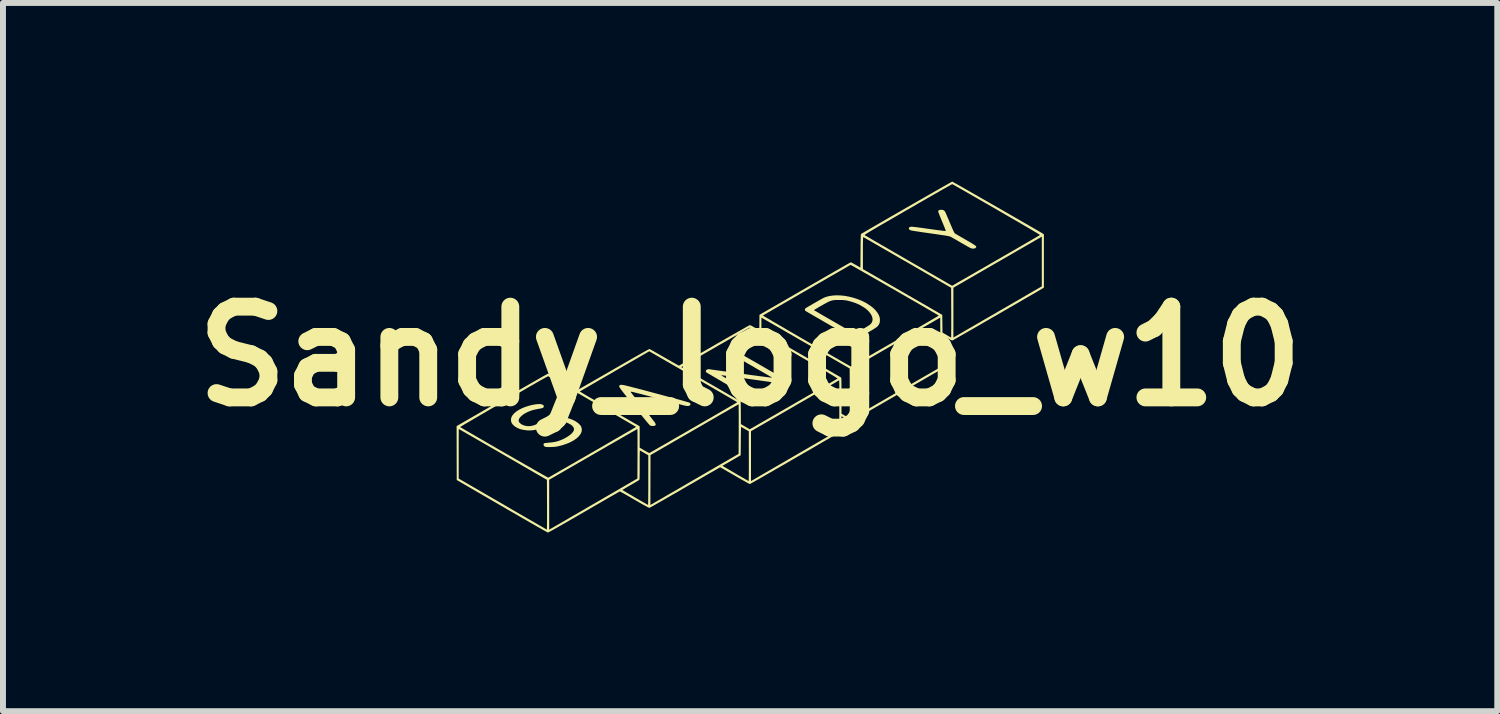
<source format=kicad_pcb>
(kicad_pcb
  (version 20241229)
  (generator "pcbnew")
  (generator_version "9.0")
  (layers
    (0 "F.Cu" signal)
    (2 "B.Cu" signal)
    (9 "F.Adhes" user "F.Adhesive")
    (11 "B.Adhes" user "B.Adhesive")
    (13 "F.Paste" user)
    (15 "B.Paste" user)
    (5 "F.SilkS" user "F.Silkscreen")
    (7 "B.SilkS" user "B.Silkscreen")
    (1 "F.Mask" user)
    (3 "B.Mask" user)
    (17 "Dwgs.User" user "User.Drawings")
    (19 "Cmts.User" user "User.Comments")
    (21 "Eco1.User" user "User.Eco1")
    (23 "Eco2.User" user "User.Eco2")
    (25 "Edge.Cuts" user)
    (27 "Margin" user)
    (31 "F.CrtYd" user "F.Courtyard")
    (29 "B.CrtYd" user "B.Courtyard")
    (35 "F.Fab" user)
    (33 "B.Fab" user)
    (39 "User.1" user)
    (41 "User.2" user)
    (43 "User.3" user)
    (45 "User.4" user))
  (footprint "Sandy_logo_w10"
    (layer "F.Cu")
    (at 9.55 2.936)
    (property "Reference" "Sandy_logo_w10" (at 0 0 0) (layer "F.SilkS") (effects (font (size 1.524 1.524) (thickness 0.3))))
    (attr board_only exclude_from_pos_files exclude_from_bom)
    (fp_poly (pts (xy 3.236 -2.46) (xy 3.256 -2.452) (xy 3.271 -2.437) (xy 3.281 -2.419) (xy 3.286 -2.409) (xy 3.294 -2.39) (xy 3.305 -2.364) (xy 3.318 -2.333) (xy 3.333 -2.299) (xy 3.349 -2.261) (xy 3.36 -2.234) (xy 3.38 -2.188) (xy 3.396 -2.15) (xy 3.409 -2.121) (xy 3.42 -2.098) (xy 3.428 -2.082) (xy 3.434 -2.072) (xy 3.439 -2.066) (xy 3.44 -2.066) (xy 3.447 -2.061) (xy 3.462 -2.052) (xy 3.483 -2.04) (xy 3.51 -2.024) (xy 3.541 -2.006) (xy 3.576 -1.986) (xy 3.613 -1.964) (xy 3.615 -1.963) (xy 3.662 -1.936) (xy 3.7 -1.914) (xy 3.731 -1.895) (xy 3.755 -1.88) (xy 3.774 -1.867) (xy 3.787 -1.858) (xy 3.795 -1.85) (xy 3.799 -1.844) (xy 3.8 -1.84) (xy 3.797 -1.833) (xy 3.789 -1.824) (xy 3.788 -1.823) (xy 3.779 -1.815) (xy 3.768 -1.812) (xy 3.751 -1.81) (xy 3.746 -1.81) (xy 3.729 -1.811) (xy 3.714 -1.815) (xy 3.696 -1.822) (xy 3.683 -1.83) (xy 3.669 -1.837) (xy 3.648 -1.849) (xy 3.622 -1.864) (xy 3.592 -1.881) (xy 3.558 -1.9) (xy 3.524 -1.92) (xy 3.518 -1.924) (xy 3.484 -1.943) (xy 3.452 -1.962) (xy 3.423 -1.978) (xy 3.398 -1.992) (xy 3.379 -2.003) (xy 3.368 -2.009) (xy 3.366 -2.01) (xy 3.36 -2.013) (xy 3.35 -2.015) (xy 3.337 -2.018) (xy 3.32 -2.022) (xy 3.297 -2.026) (xy 3.269 -2.031) (xy 3.233 -2.036) (xy 3.191 -2.042) (xy 3.141 -2.05) (xy 3.082 -2.058) (xy 3.026 -2.066) (xy 2.951 -2.077) (xy 2.885 -2.086) (xy 2.829 -2.095) (xy 2.782 -2.102) (xy 2.744 -2.108) (xy 2.716 -2.113) (xy 2.698 -2.117) (xy 2.69 -2.119) (xy 2.675 -2.13) (xy 2.668 -2.142) (xy 2.665 -2.154) (xy 2.67 -2.162) (xy 2.674 -2.166) (xy 2.688 -2.173) (xy 2.702 -2.178) (xy 2.711 -2.178) (xy 2.729 -2.177) (xy 2.756 -2.174) (xy 2.791 -2.17) (xy 2.834 -2.164) (xy 2.883 -2.158) (xy 2.94 -2.15) (xy 3.001 -2.141) (xy 3.053 -2.134) (xy 3.102 -2.127) (xy 3.147 -2.121) (xy 3.187 -2.116) (xy 3.222 -2.112) (xy 3.25 -2.108) (xy 3.271 -2.106) (xy 3.283 -2.105) (xy 3.287 -2.105) (xy 3.286 -2.111) (xy 3.281 -2.124) (xy 3.274 -2.145) (xy 3.264 -2.171) (xy 3.251 -2.202) (xy 3.237 -2.237) (xy 3.225 -2.265) (xy 3.21 -2.302) (xy 3.196 -2.337) (xy 3.183 -2.368) (xy 3.173 -2.394) (xy 3.165 -2.415) (xy 3.161 -2.428) (xy 3.16 -2.432) (xy 3.164 -2.447) (xy 3.177 -2.457) (xy 3.198 -2.462) (xy 3.209 -2.462)) (stroke (width 0) (type solid)) (fill yes) (layer "F.SilkS"))
    (fp_poly (pts (xy -3.501 0.806) (xy -3.479 0.815) (xy -3.474 0.819) (xy -3.466 0.832) (xy -3.466 0.847) (xy -3.473 0.86) (xy -3.477 0.863) (xy -3.486 0.867) (xy -3.503 0.872) (xy -3.526 0.877) (xy -3.551 0.882) (xy -3.554 0.882) (xy -3.596 0.89) (xy -3.631 0.898) (xy -3.661 0.906) (xy -3.688 0.915) (xy -3.716 0.926) (xy -3.725 0.93) (xy -3.767 0.95) (xy -3.804 0.972) (xy -3.835 0.996) (xy -3.86 1.02) (xy -3.878 1.043) (xy -3.885 1.061) (xy -3.888 1.079) (xy -3.886 1.093) (xy -3.877 1.109) (xy -3.868 1.119) (xy -3.844 1.139) (xy -3.813 1.155) (xy -3.777 1.166) (xy -3.739 1.172) (xy -3.699 1.172) (xy -3.687 1.17) (xy -3.666 1.167) (xy -3.646 1.162) (xy -3.626 1.156) (xy -3.603 1.147) (xy -3.577 1.136) (xy -3.546 1.121) (xy -3.508 1.103) (xy -3.46 1.08) (xy -3.418 1.062) (xy -3.378 1.048) (xy -3.339 1.038) (xy -3.298 1.029) (xy -3.283 1.027) (xy -3.222 1.021) (xy -3.16 1.022) (xy -3.099 1.03) (xy -3.04 1.044) (xy -2.985 1.064) (xy -2.935 1.089) (xy -2.892 1.119) (xy -2.875 1.134) (xy -2.858 1.152) (xy -2.846 1.166) (xy -2.839 1.179) (xy -2.833 1.195) (xy -2.832 1.197) (xy -2.827 1.228) (xy -2.829 1.258) (xy -2.839 1.288) (xy -2.86 1.322) (xy -2.89 1.356) (xy -2.928 1.388) (xy -2.974 1.418) (xy -3.027 1.446) (xy -3.087 1.47) (xy -3.152 1.492) (xy -3.213 1.508) (xy -3.243 1.514) (xy -3.27 1.519) (xy -3.299 1.521) (xy -3.333 1.523) (xy -3.348 1.523) (xy -3.381 1.524) (xy -3.409 1.523) (xy -3.428 1.522) (xy -3.438 1.52) (xy -3.457 1.51) (xy -3.467 1.497) (xy -3.47 1.482) (xy -3.467 1.467) (xy -3.461 1.461) (xy -3.452 1.458) (xy -3.436 1.456) (xy -3.414 1.453) (xy -3.389 1.451) (xy -3.383 1.45) (xy -3.33 1.445) (xy -3.285 1.438) (xy -3.243 1.429) (xy -3.203 1.416) (xy -3.161 1.399) (xy -3.136 1.388) (xy -3.093 1.365) (xy -3.054 1.341) (xy -3.02 1.316) (xy -2.993 1.291) (xy -2.973 1.267) (xy -2.961 1.244) (xy -2.96 1.241) (xy -2.958 1.216) (xy -2.967 1.192) (xy -2.984 1.169) (xy -3.012 1.147) (xy -3.045 1.128) (xy -3.082 1.112) (xy -3.117 1.102) (xy -3.155 1.097) (xy -3.199 1.096) (xy -3.203 1.097) (xy -3.235 1.099) (xy -3.265 1.104) (xy -3.295 1.111) (xy -3.327 1.122) (xy -3.363 1.138) (xy -3.405 1.158) (xy -3.415 1.163) (xy -3.476 1.191) (xy -3.531 1.213) (xy -3.583 1.229) (xy -3.634 1.239) (xy -3.685 1.244) (xy -3.737 1.244) (xy -3.737 1.244) (xy -3.797 1.237) (xy -3.853 1.225) (xy -3.903 1.206) (xy -3.946 1.181) (xy -3.97 1.162) (xy -3.993 1.138) (xy -4.008 1.114) (xy -4.015 1.088) (xy -4.017 1.067) (xy -4.014 1.039) (xy -4.005 1.013) (xy -3.989 0.987) (xy -3.964 0.958) (xy -3.96 0.955) (xy -3.925 0.925) (xy -3.881 0.897) (xy -3.83 0.871) (xy -3.772 0.848) (xy -3.716 0.83) (xy -3.661 0.816) (xy -3.611 0.807) (xy -3.567 0.802) (xy -3.53 0.801)) (stroke (width 0) (type solid)) (fill yes) (layer "F.SilkS"))
    (fp_poly (pts (xy -2.152 0.479) (xy -2.139 0.48) (xy -2.123 0.483) (xy -2.103 0.487) (xy -2.079 0.493) (xy -2.05 0.5) (xy -2.015 0.508) (xy -1.975 0.519) (xy -1.927 0.531) (xy -1.873 0.545) (xy -1.811 0.561) (xy -1.742 0.58) (xy -1.663 0.601) (xy -1.593 0.62) (xy -1.52 0.639) (xy -1.451 0.658) (xy -1.384 0.676) (xy -1.321 0.693) (xy -1.262 0.709) (xy -1.209 0.723) (xy -1.161 0.736) (xy -1.119 0.748) (xy -1.084 0.758) (xy -1.057 0.766) (xy -1.038 0.771) (xy -1.028 0.774) (xy -1.026 0.775) (xy -1.009 0.786) (xy -1.001 0.799) (xy -1.002 0.812) (xy -1.011 0.823) (xy -1.028 0.831) (xy -1.043 0.834) (xy -1.053 0.834) (xy -1.065 0.833) (xy -1.081 0.83) (xy -1.103 0.826) (xy -1.131 0.819) (xy -1.166 0.81) (xy -1.21 0.799) (xy -1.213 0.798) (xy -1.359 0.759) (xy -1.535 0.861) (xy -1.573 0.883) (xy -1.608 0.903) (xy -1.639 0.922) (xy -1.666 0.938) (xy -1.687 0.951) (xy -1.702 0.96) (xy -1.709 0.965) (xy -1.71 0.966) (xy -1.707 0.971) (xy -1.699 0.983) (xy -1.686 0.999) (xy -1.67 1.02) (xy -1.651 1.044) (xy -1.648 1.049) (xy -1.624 1.079) (xy -1.606 1.103) (xy -1.594 1.121) (xy -1.587 1.135) (xy -1.585 1.145) (xy -1.587 1.153) (xy -1.593 1.16) (xy -1.596 1.162) (xy -1.61 1.168) (xy -1.629 1.17) (xy -1.65 1.169) (xy -1.67 1.165) (xy -1.678 1.162) (xy -1.685 1.157) (xy -1.697 1.143) (xy -1.716 1.122) (xy -1.741 1.092) (xy -1.771 1.055) (xy -1.808 1.01) (xy -1.851 0.957) (xy -1.901 0.896) (xy -1.947 0.838) (xy -1.994 0.779) (xy -2.035 0.727) (xy -2.071 0.683) (xy -2.101 0.644) (xy -2.127 0.611) (xy -2.136 0.599) (xy -2.005 0.599) (xy -2.002 0.604) (xy -1.994 0.615) (xy -1.98 0.632) (xy -1.964 0.654) (xy -1.944 0.679) (xy -1.922 0.706) (xy -1.9 0.734) (xy -1.877 0.763) (xy -1.854 0.791) (xy -1.833 0.817) (xy -1.815 0.839) (xy -1.8 0.858) (xy -1.788 0.871) (xy -1.782 0.878) (xy -1.781 0.879) (xy -1.773 0.884) (xy -1.769 0.885) (xy -1.764 0.883) (xy -1.751 0.876) (xy -1.732 0.865) (xy -1.707 0.851) (xy -1.678 0.835) (xy -1.646 0.816) (xy -1.63 0.807) (xy -1.596 0.788) (xy -1.567 0.77) (xy -1.541 0.754) (xy -1.52 0.741) (xy -1.506 0.732) (xy -1.499 0.726) (xy -1.498 0.725) (xy -1.504 0.722) (xy -1.519 0.718) (xy -1.54 0.712) (xy -1.569 0.704) (xy -1.602 0.694) (xy -1.639 0.684) (xy -1.68 0.673) (xy -1.722 0.662) (xy -1.764 0.651) (xy -1.807 0.64) (xy -1.848 0.629) (xy -1.886 0.62) (xy -1.92 0.611) (xy -1.95 0.604) (xy -1.973 0.598) (xy -1.989 0.595) (xy -1.997 0.593) (xy -1.998 0.593) (xy -2.004 0.598) (xy -2.005 0.599) (xy -2.136 0.599) (xy -2.148 0.584) (xy -2.165 0.561) (xy -2.178 0.543) (xy -2.188 0.528) (xy -2.195 0.516) (xy -2.198 0.507) (xy -2.2 0.501) (xy -2.2 0.496) (xy -2.197 0.492) (xy -2.194 0.489) (xy -2.19 0.486) (xy -2.185 0.483) (xy -2.181 0.481) (xy -2.176 0.479) (xy -2.17 0.478) (xy -2.162 0.478)) (stroke (width 0) (type solid)) (fill yes) (layer "F.SilkS"))
    (fp_poly (pts (xy -0.19 -0.057) (xy -0.182 -0.055) (xy -0.175 -0.051) (xy -0.161 -0.044) (xy -0.14 -0.032) (xy -0.112 -0.016) (xy -0.079 0.003) (xy -0.041 0.025) (xy 0.002 0.049) (xy 0.047 0.075) (xy 0.096 0.103) (xy 0.146 0.132) (xy 0.197 0.161) (xy 0.249 0.191) (xy 0.3 0.221) (xy 0.35 0.25) (xy 0.398 0.277) (xy 0.444 0.304) (xy 0.486 0.328) (xy 0.524 0.35) (xy 0.557 0.37) (xy 0.585 0.386) (xy 0.606 0.398) (xy 0.62 0.407) (xy 0.625 0.41) (xy 0.635 0.423) (xy 0.636 0.436) (xy 0.63 0.449) (xy 0.616 0.46) (xy 0.606 0.464) (xy 0.599 0.463) (xy 0.583 0.462) (xy 0.559 0.459) (xy 0.527 0.455) (xy 0.487 0.45) (xy 0.441 0.444) (xy 0.389 0.437) (xy 0.332 0.429) (xy 0.269 0.42) (xy 0.203 0.411) (xy 0.134 0.401) (xy 0.062 0.391) (xy 0.056 0.39) (xy -0.016 0.38) (xy -0.085 0.37) (xy -0.151 0.361) (xy -0.213 0.353) (xy -0.27 0.345) (xy -0.321 0.338) (xy -0.367 0.331) (xy -0.406 0.326) (xy -0.438 0.322) (xy -0.462 0.319) (xy -0.477 0.317) (xy -0.483 0.316) (xy -0.483 0.316) (xy -0.484 0.317) (xy -0.483 0.318) (xy -0.481 0.32) (xy -0.478 0.323) (xy -0.471 0.328) (xy -0.461 0.334) (xy -0.448 0.342) (xy -0.43 0.352) (xy -0.407 0.366) (xy -0.379 0.382) (xy -0.345 0.402) (xy -0.304 0.426) (xy -0.255 0.454) (xy -0.199 0.486) (xy -0.17 0.503) (xy -0.107 0.539) (xy -0.052 0.571) (xy -0.005 0.598) (xy 0.035 0.622) (xy 0.068 0.642) (xy 0.095 0.658) (xy 0.117 0.672) (xy 0.134 0.683) (xy 0.146 0.692) (xy 0.154 0.7) (xy 0.158 0.705) (xy 0.16 0.709) (xy 0.16 0.71) (xy 0.157 0.716) (xy 0.151 0.725) (xy 0.138 0.734) (xy 0.118 0.739) (xy 0.096 0.739) (xy 0.073 0.734) (xy 0.059 0.729) (xy 0.05 0.724) (xy 0.033 0.715) (xy 0.009 0.701) (xy -0.021 0.684) (xy -0.056 0.664) (xy -0.096 0.641) (xy -0.139 0.616) (xy -0.186 0.589) (xy -0.235 0.561) (xy -0.285 0.532) (xy -0.336 0.503) (xy -0.387 0.473) (xy -0.438 0.444) (xy -0.487 0.415) (xy -0.533 0.388) (xy -0.577 0.362) (xy -0.617 0.339) (xy -0.652 0.318) (xy -0.682 0.301) (xy -0.707 0.286) (xy -0.724 0.276) (xy -0.734 0.27) (xy -0.736 0.268) (xy -0.744 0.255) (xy -0.743 0.242) (xy -0.733 0.229) (xy -0.724 0.223) (xy -0.705 0.214) (xy -0.172 0.288) (xy -0.1 0.297) (xy -0.031 0.307) (xy 0.034 0.316) (xy 0.096 0.324) (xy 0.153 0.332) (xy 0.204 0.338) (xy 0.249 0.344) (xy 0.288 0.349) (xy 0.32 0.353) (xy 0.343 0.356) (xy 0.358 0.358) (xy 0.364 0.358) (xy 0.364 0.358) (xy 0.365 0.353) (xy 0.365 0.353) (xy 0.36 0.351) (xy 0.347 0.343) (xy 0.328 0.332) (xy 0.301 0.316) (xy 0.269 0.298) (xy 0.232 0.276) (xy 0.19 0.252) (xy 0.144 0.226) (xy 0.095 0.198) (xy 0.06 0.177) (xy 0.009 0.148) (xy -0.039 0.12) (xy -0.084 0.094) (xy -0.126 0.07) (xy -0.163 0.048) (xy -0.195 0.029) (xy -0.22 0.014) (xy -0.239 0.003) (xy -0.251 -0.005) (xy -0.254 -0.007) (xy -0.262 -0.019) (xy -0.265 -0.03) (xy -0.26 -0.042) (xy -0.248 -0.052) (xy -0.231 -0.058) (xy -0.211 -0.06)) (stroke (width 0) (type solid)) (fill yes) (layer "F.SilkS"))
    (fp_poly (pts (xy 1.51 -1.024) (xy 1.577 -1.018) (xy 1.578 -1.018) (xy 1.657 -1.004) (xy 1.733 -0.985) (xy 1.807 -0.961) (xy 1.877 -0.933) (xy 1.943 -0.9) (xy 2.002 -0.863) (xy 2.055 -0.824) (xy 2.1 -0.782) (xy 2.135 -0.739) (xy 2.157 -0.704) (xy 2.171 -0.672) (xy 2.179 -0.64) (xy 2.181 -0.61) (xy 2.178 -0.571) (xy 2.166 -0.538) (xy 2.144 -0.508) (xy 2.13 -0.494) (xy 2.12 -0.487) (xy 2.102 -0.475) (xy 2.079 -0.46) (xy 2.05 -0.442) (xy 2.017 -0.423) (xy 1.981 -0.402) (xy 1.954 -0.386) (xy 1.914 -0.362) (xy 1.881 -0.344) (xy 1.855 -0.329) (xy 1.834 -0.318) (xy 1.818 -0.309) (xy 1.805 -0.304) (xy 1.795 -0.3) (xy 1.787 -0.298) (xy 1.779 -0.297) (xy 1.772 -0.296) (xy 1.751 -0.297) (xy 1.734 -0.3) (xy 1.722 -0.306) (xy 1.714 -0.311) (xy 1.697 -0.32) (xy 1.674 -0.333) (xy 1.644 -0.35) (xy 1.609 -0.371) (xy 1.569 -0.393) (xy 1.526 -0.418) (xy 1.479 -0.445) (xy 1.43 -0.473) (xy 1.38 -0.502) (xy 1.329 -0.532) (xy 1.278 -0.561) (xy 1.228 -0.59) (xy 1.179 -0.619) (xy 1.133 -0.645) (xy 1.09 -0.67) (xy 1.05 -0.693) (xy 1.016 -0.713) (xy 0.986 -0.73) (xy 0.963 -0.744) (xy 0.947 -0.753) (xy 0.939 -0.758) (xy 0.939 -0.758) (xy 0.926 -0.768) (xy 0.922 -0.776) (xy 1.072 -0.776) (xy 1.077 -0.774) (xy 1.089 -0.766) (xy 1.109 -0.755) (xy 1.136 -0.739) (xy 1.168 -0.72) (xy 1.206 -0.698) (xy 1.249 -0.673) (xy 1.296 -0.646) (xy 1.346 -0.617) (xy 1.399 -0.587) (xy 1.415 -0.577) (xy 1.478 -0.541) (xy 1.532 -0.51) (xy 1.579 -0.483) (xy 1.619 -0.46) (xy 1.652 -0.441) (xy 1.68 -0.425) (xy 1.703 -0.413) (xy 1.721 -0.403) (xy 1.736 -0.396) (xy 1.746 -0.391) (xy 1.754 -0.388) (xy 1.76 -0.386) (xy 1.764 -0.386) (xy 1.767 -0.386) (xy 1.77 -0.387) (xy 1.777 -0.392) (xy 1.793 -0.4) (xy 1.814 -0.412) (xy 1.84 -0.427) (xy 1.869 -0.444) (xy 1.893 -0.457) (xy 1.924 -0.476) (xy 1.953 -0.493) (xy 1.978 -0.509) (xy 1.999 -0.522) (xy 2.013 -0.532) (xy 2.019 -0.537) (xy 2.042 -0.564) (xy 2.054 -0.593) (xy 2.058 -0.626) (xy 2.051 -0.66) (xy 2.039 -0.691) (xy 2.014 -0.73) (xy 1.981 -0.768) (xy 1.939 -0.804) (xy 1.889 -0.837) (xy 1.834 -0.868) (xy 1.772 -0.895) (xy 1.706 -0.917) (xy 1.636 -0.936) (xy 1.633 -0.936) (xy 1.611 -0.94) (xy 1.591 -0.943) (xy 1.568 -0.945) (xy 1.542 -0.947) (xy 1.509 -0.947) (xy 1.492 -0.947) (xy 1.459 -0.947) (xy 1.431 -0.946) (xy 1.406 -0.944) (xy 1.383 -0.94) (xy 1.361 -0.934) (xy 1.338 -0.926) (xy 1.312 -0.914) (xy 1.283 -0.899) (xy 1.248 -0.88) (xy 1.207 -0.857) (xy 1.195 -0.85) (xy 1.163 -0.832) (xy 1.135 -0.815) (xy 1.11 -0.8) (xy 1.091 -0.789) (xy 1.078 -0.78) (xy 1.072 -0.777) (xy 1.072 -0.776) (xy 0.922 -0.776) (xy 0.921 -0.778) (xy 0.92 -0.784) (xy 0.923 -0.798) (xy 0.929 -0.806) (xy 0.935 -0.81) (xy 0.949 -0.819) (xy 0.969 -0.831) (xy 0.994 -0.846) (xy 1.023 -0.862) (xy 1.054 -0.88) (xy 1.086 -0.899) (xy 1.118 -0.917) (xy 1.149 -0.935) (xy 1.177 -0.951) (xy 1.201 -0.964) (xy 1.22 -0.975) (xy 1.232 -0.981) (xy 1.232 -0.981) (xy 1.276 -0.999) (xy 1.327 -1.012) (xy 1.384 -1.021) (xy 1.445 -1.025)) (stroke (width 0) (type solid)) (fill yes) (layer "F.SilkS"))
    (fp_poly (pts (xy 3.4 -2.933) (xy 3.414 -2.926) (xy 3.434 -2.914) (xy 3.462 -2.899) (xy 3.496 -2.88) (xy 3.536 -2.857) (xy 3.582 -2.831) (xy 3.633 -2.802) (xy 3.687 -2.771) (xy 3.746 -2.737) (xy 3.808 -2.702) (xy 3.873 -2.664) (xy 3.94 -2.626) (xy 4.009 -2.587) (xy 4.078 -2.547) (xy 4.149 -2.506) (xy 4.219 -2.466) (xy 4.289 -2.426) (xy 4.358 -2.386) (xy 4.426 -2.347) (xy 4.491 -2.31) (xy 4.554 -2.273) (xy 4.613 -2.239) (xy 4.669 -2.207) (xy 4.721 -2.177) (xy 4.767 -2.15) (xy 4.809 -2.126) (xy 4.845 -2.105) (xy 4.874 -2.088) (xy 4.896 -2.075) (xy 4.911 -2.066) (xy 4.916 -2.062) (xy 4.935 -2.05) (xy 4.935 -1.155) (xy 4.916 -1.143) (xy 4.907 -1.138) (xy 4.89 -1.127) (xy 4.866 -1.113) (xy 4.835 -1.095) (xy 4.798 -1.073) (xy 4.755 -1.048) (xy 4.707 -1.02) (xy 4.654 -0.99) (xy 4.597 -0.957) (xy 4.537 -0.922) (xy 4.474 -0.885) (xy 4.408 -0.847) (xy 4.34 -0.808) (xy 4.271 -0.768) (xy 4.201 -0.727) (xy 4.13 -0.686) (xy 4.06 -0.646) (xy 3.991 -0.606) (xy 3.922 -0.567) (xy 3.856 -0.528) (xy 3.792 -0.491) (xy 3.731 -0.456) (xy 3.673 -0.423) (xy 3.619 -0.392) (xy 3.57 -0.364) (xy 3.526 -0.339) (xy 3.487 -0.316) (xy 3.454 -0.298) (xy 3.428 -0.283) (xy 3.409 -0.273) (xy 3.398 -0.267) (xy 3.395 -0.265) (xy 3.389 -0.268) (xy 3.375 -0.274) (xy 3.356 -0.284) (xy 3.332 -0.297) (xy 3.31 -0.31) (xy 3.232 -0.355) (xy 3.23 -0.074) (xy 3.228 0.207) (xy 2.465 0.649) (xy 2.384 0.696) (xy 2.306 0.741) (xy 2.23 0.785) (xy 2.158 0.827) (xy 2.089 0.866) (xy 2.024 0.904) (xy 1.963 0.939) (xy 1.908 0.97) (xy 1.857 0.999) (xy 1.813 1.024) (xy 1.775 1.046) (xy 1.743 1.064) (xy 1.719 1.077) (xy 1.702 1.086) (xy 1.694 1.091) (xy 1.692 1.091) (xy 1.685 1.089) (xy 1.671 1.082) (xy 1.651 1.072) (xy 1.628 1.059) (xy 1.609 1.049) (xy 1.535 1.006) (xy 1.535 1.13) (xy 1.535 1.169) (xy 1.535 1.2) (xy 1.534 1.223) (xy 1.533 1.239) (xy 1.532 1.25) (xy 1.53 1.257) (xy 1.528 1.26) (xy 1.528 1.26) (xy 1.522 1.264) (xy 1.508 1.272) (xy 1.487 1.285) (xy 1.458 1.302) (xy 1.423 1.322) (xy 1.383 1.346) (xy 1.337 1.373) (xy 1.286 1.402) (xy 1.23 1.434) (xy 1.171 1.469) (xy 1.109 1.505) (xy 1.044 1.543) (xy 0.977 1.582) (xy 0.908 1.621) (xy 0.838 1.662) (xy 0.767 1.703) (xy 0.697 1.743) (xy 0.627 1.784) (xy 0.558 1.824) (xy 0.49 1.863) (xy 0.425 1.9) (xy 0.362 1.937) (xy 0.302 1.971) (xy 0.246 2.003) (xy 0.195 2.033) (xy 0.148 2.06) (xy 0.106 2.083) (xy 0.07 2.104) (xy 0.041 2.12) (xy 0.018 2.133) (xy 0.003 2.142) (xy -0.004 2.145) (xy -0.004 2.145) (xy -0.01 2.143) (xy -0.024 2.136) (xy -0.044 2.125) (xy -0.071 2.11) (xy -0.097 2.095) (xy 0.015 2.095) (xy 0.099 2.047) (xy 0.113 2.038) (xy 0.135 2.026) (xy 0.165 2.008) (xy 0.201 1.987) (xy 0.244 1.962) (xy 0.293 1.934) (xy 0.348 1.902) (xy 0.407 1.868) (xy 0.47 1.831) (xy 0.537 1.793) (xy 0.607 1.752) (xy 0.68 1.71) (xy 0.755 1.666) (xy 0.831 1.622) (xy 0.84 1.617) (xy 1.498 1.236) (xy 1.499 0.818) (xy 1.499 0.742) (xy 1.499 0.676) (xy 1.499 0.618) (xy 1.499 0.569) (xy 1.499 0.527) (xy 1.499 0.493) (xy 1.498 0.465) (xy 1.498 0.443) (xy 1.497 0.427) (xy 1.497 0.415) (xy 1.496 0.408) (xy 1.495 0.404) (xy 1.493 0.404) (xy 1.493 0.404) (xy 1.488 0.406) (xy 1.475 0.414) (xy 1.454 0.426) (xy 1.426 0.443) (xy 1.391 0.463) (xy 1.349 0.487) (xy 1.302 0.514) (xy 1.249 0.545) (xy 1.191 0.578) (xy 1.128 0.615) (xy 1.061 0.653) (xy 0.991 0.694) (xy 0.917 0.737) (xy 0.84 0.781) (xy 0.761 0.826) (xy 0.751 0.833) (xy 0.015 1.257) (xy 0.015 2.095) (xy -0.097 2.095) (xy -0.103 2.092) (xy -0.14 2.071) (xy -0.181 2.048) (xy -0.224 2.023) (xy -0.255 2.005) (xy -0.3 1.979) (xy -0.343 1.954) (xy -0.382 1.932) (xy -0.417 1.911) (xy -0.447 1.894) (xy -0.471 1.881) (xy -0.489 1.871) (xy -0.5 1.865) (xy -0.502 1.864) (xy -0.507 1.866) (xy -0.52 1.873) (xy -0.541 1.885) (xy -0.569 1.901) (xy -0.603 1.921) (xy -0.644 1.944) (xy -0.69 1.97) (xy -0.741 2) (xy -0.797 2.032) (xy -0.857 2.067) (xy -0.921 2.104) (xy -0.987 2.142) (xy -1.057 2.182) (xy -1.093 2.203) (xy -1.163 2.244) (xy -1.231 2.284) (xy -1.297 2.321) (xy -1.359 2.357) (xy -1.418 2.391) (xy -1.472 2.422) (xy -1.522 2.45) (xy -1.566 2.475) (xy -1.604 2.497) (xy -1.636 2.515) (xy -1.661 2.529) (xy -1.679 2.539) (xy -1.688 2.544) (xy -1.69 2.544) (xy -1.695 2.544) (xy -1.705 2.54) (xy -1.719 2.533) (xy -1.739 2.523) (xy -1.764 2.509) (xy -1.788 2.496) (xy -1.675 2.496) (xy -1.656 2.486) (xy -1.65 2.482) (xy -1.635 2.474) (xy -1.613 2.461) (xy -1.584 2.444) (xy -1.547 2.423) (xy -1.505 2.399) (xy -1.456 2.371) (xy -1.403 2.339) (xy -1.344 2.305) (xy -1.28 2.269) (xy -1.213 2.23) (xy -1.142 2.189) (xy -1.068 2.146) (xy -0.992 2.101) (xy -0.915 2.057) (xy -0.54 1.839) (xy -0.465 1.839) (xy -0.246 1.967) (xy -0.204 1.992) (xy -0.164 2.015) (xy -0.127 2.036) (xy -0.094 2.055) (xy -0.067 2.071) (xy -0.046 2.083) (xy -0.031 2.091) (xy -0.024 2.095) (xy -0.024 2.095) (xy -0.023 2.09) (xy -0.023 2.076) (xy -0.022 2.053) (xy -0.022 2.023) (xy -0.022 1.986) (xy -0.021 1.942) (xy -0.021 1.892) (xy -0.021 1.838) (xy -0.021 1.779) (xy -0.021 1.717) (xy -0.021 1.677) (xy -0.022 1.258) (xy -0.085 1.222) (xy -0.107 1.209) (xy -0.127 1.198) (xy -0.142 1.19) (xy -0.15 1.186) (xy -0.151 1.185) (xy -0.152 1.19) (xy -0.153 1.204) (xy -0.153 1.226) (xy -0.154 1.255) (xy -0.155 1.29) (xy -0.155 1.33) (xy -0.156 1.375) (xy -0.156 1.422) (xy -0.156 1.423) (xy -0.158 1.661) (xy -0.311 1.75) (xy -0.465 1.839) (xy -0.54 1.839) (xy -0.193 1.638) (xy -0.191 1.221) (xy -0.191 1.158) (xy -0.191 1.097) (xy -0.191 1.04) (xy -0.191 0.988) (xy -0.191 0.941) (xy -0.192 0.899) (xy -0.192 0.864) (xy -0.192 0.837) (xy -0.193 0.818) (xy -0.193 0.807) (xy -0.194 0.805) (xy -0.198 0.808) (xy -0.211 0.815) (xy -0.232 0.827) (xy -0.26 0.843) (xy -0.295 0.863) (xy -0.336 0.886) (xy -0.383 0.914) (xy -0.436 0.944) (xy -0.494 0.977) (xy -0.556 1.013) (xy -0.623 1.052) (xy -0.693 1.092) (xy -0.767 1.135) (xy -0.843 1.179) (xy -0.922 1.224) (xy -0.935 1.232) (xy -1.673 1.658) (xy -1.675 2.496) (xy -1.788 2.496) (xy -1.796 2.492) (xy -1.835 2.47) (xy -1.881 2.443) (xy -1.935 2.412) (xy -1.942 2.408) (xy -1.987 2.382) (xy -2.029 2.357) (xy -2.068 2.335) (xy -2.103 2.315) (xy -2.133 2.298) (xy -2.157 2.285) (xy -2.175 2.275) (xy -2.185 2.27) (xy -2.187 2.269) (xy -2.192 2.271) (xy -2.205 2.279) (xy -2.226 2.29) (xy -2.254 2.306) (xy -2.288 2.326) (xy -2.329 2.349) (xy -2.375 2.376) (xy -2.426 2.405) (xy -2.483 2.438) (xy -2.543 2.473) (xy -2.607 2.509) (xy -2.674 2.548) (xy -2.744 2.589) (xy -2.789 2.615) (xy -2.867 2.66) (xy -2.942 2.704) (xy -3.012 2.744) (xy -3.078 2.782) (xy -3.139 2.817) (xy -3.194 2.848) (xy -3.244 2.877) (xy -3.287 2.901) (xy -3.324 2.922) (xy -3.353 2.938) (xy -3.376 2.95) (xy -3.39 2.957) (xy -3.396 2.96) (xy -3.396 2.96) (xy -3.402 2.958) (xy -3.415 2.95) (xy -3.437 2.938) (xy -3.465 2.922) (xy -3.486 2.911) (xy -3.375 2.911) (xy -3.361 2.903) (xy -3.355 2.9) (xy -3.342 2.892) (xy -3.32 2.88) (xy -3.291 2.863) (xy -3.255 2.842) (xy -3.213 2.818) (xy -3.165 2.79) (xy -3.111 2.759) (xy -3.053 2.725) (xy -2.99 2.688) (xy -2.923 2.65) (xy -2.852 2.609) (xy -2.778 2.566) (xy -2.702 2.521) (xy -2.623 2.476) (xy -2.62 2.474) (xy -2.225 2.245) (xy -2.145 2.245) (xy -2.141 2.248) (xy -2.129 2.255) (xy -2.11 2.266) (xy -2.086 2.281) (xy -2.057 2.298) (xy -2.025 2.317) (xy -1.989 2.337) (xy -1.953 2.359) (xy -1.915 2.381) (xy -1.878 2.402) (xy -1.843 2.423) (xy -1.809 2.442) (xy -1.779 2.459) (xy -1.754 2.473) (xy -1.734 2.485) (xy -1.72 2.492) (xy -1.714 2.495) (xy -1.714 2.495) (xy -1.713 2.49) (xy -1.713 2.476) (xy -1.712 2.454) (xy -1.712 2.423) (xy -1.711 2.386) (xy -1.711 2.342) (xy -1.711 2.292) (xy -1.71 2.238) (xy -1.71 2.18) (xy -1.71 2.118) (xy -1.71 2.078) (xy -1.71 1.661) (xy -1.78 1.621) (xy -1.803 1.607) (xy -1.824 1.595) (xy -1.84 1.587) (xy -1.85 1.581) (xy -1.852 1.58) (xy -1.853 1.585) (xy -1.853 1.599) (xy -1.854 1.621) (xy -1.854 1.65) (xy -1.855 1.685) (xy -1.855 1.726) (xy -1.855 1.771) (xy -1.855 1.819) (xy -1.855 1.825) (xy -1.855 1.881) (xy -1.855 1.927) (xy -1.855 1.966) (xy -1.856 1.997) (xy -1.856 2.021) (xy -1.857 2.04) (xy -1.857 2.054) (xy -1.858 2.063) (xy -1.86 2.07) (xy -1.861 2.074) (xy -1.863 2.076) (xy -1.864 2.077) (xy -1.87 2.081) (xy -1.884 2.09) (xy -1.904 2.102) (xy -1.93 2.117) (xy -1.96 2.135) (xy -1.993 2.154) (xy -2.009 2.163) (xy -2.042 2.182) (xy -2.073 2.2) (xy -2.099 2.216) (xy -2.12 2.229) (xy -2.136 2.238) (xy -2.144 2.244) (xy -2.145 2.245) (xy -2.225 2.245) (xy -1.893 2.052) (xy -1.891 1.636) (xy -1.891 1.573) (xy -1.891 1.512) (xy -1.891 1.455) (xy -1.891 1.403) (xy -1.891 1.355) (xy -1.891 1.314) (xy -1.892 1.279) (xy -1.892 1.252) (xy -1.893 1.232) (xy -1.893 1.222) (xy -1.893 1.22) (xy -1.898 1.223) (xy -1.911 1.23) (xy -1.931 1.242) (xy -1.959 1.258) (xy -1.994 1.277) (xy -2.035 1.301) (xy -2.083 1.328) (xy -2.135 1.358) (xy -2.193 1.392) (xy -2.256 1.428) (xy -2.322 1.466) (xy -2.393 1.506) (xy -2.466 1.549) (xy -2.543 1.593) (xy -2.622 1.639) (xy -2.636 1.647) (xy -3.375 2.073) (xy -3.375 2.911) (xy -3.486 2.911) (xy -3.501 2.902) (xy -3.543 2.878) (xy -3.591 2.851) (xy -3.644 2.82) (xy -3.703 2.787) (xy -3.766 2.75) (xy -3.834 2.711) (xy -3.905 2.67) (xy -3.979 2.627) (xy -4.057 2.583) (xy -4.136 2.536) (xy -4.168 2.518) (xy -4.928 2.077) (xy -4.929 1.625) (xy -4.929 1.598) (xy -4.895 1.598) (xy -4.895 1.637) (xy -4.895 2.053) (xy -4.156 2.481) (xy -4.077 2.527) (xy -4 2.572) (xy -3.926 2.615) (xy -3.855 2.656) (xy -3.787 2.695) (xy -3.724 2.732) (xy -3.666 2.765) (xy -3.612 2.796) (xy -3.564 2.824) (xy -3.521 2.849) (xy -3.485 2.869) (xy -3.456 2.886) (xy -3.434 2.899) (xy -3.42 2.907) (xy -3.414 2.91) (xy -3.414 2.91) (xy -3.413 2.905) (xy -3.413 2.891) (xy -3.412 2.869) (xy -3.412 2.838) (xy -3.412 2.801) (xy -3.411 2.757) (xy -3.411 2.707) (xy -3.411 2.653) (xy -3.411 2.594) (xy -3.411 2.533) (xy -3.411 2.492) (xy -3.413 2.074) (xy -4.152 1.647) (xy -4.231 1.601) (xy -4.308 1.557) (xy -4.382 1.514) (xy -4.453 1.473) (xy -4.521 1.434) (xy -4.584 1.398) (xy -4.642 1.364) (xy -4.696 1.333) (xy -4.744 1.306) (xy -4.786 1.281) (xy -4.822 1.261) (xy -4.851 1.244) (xy -4.873 1.232) (xy -4.887 1.224) (xy -4.893 1.22) (xy -4.893 1.22) (xy -4.893 1.225) (xy -4.894 1.239) (xy -4.894 1.262) (xy -4.894 1.292) (xy -4.894 1.33) (xy -4.895 1.374) (xy -4.895 1.423) (xy -4.895 1.478) (xy -4.895 1.536) (xy -4.895 1.598) (xy -4.929 1.598) (xy -4.93 1.187) (xy -4.87 1.187) (xy -4.865 1.19) (xy -4.851 1.199) (xy -4.831 1.211) (xy -4.803 1.227) (xy -4.769 1.247) (xy -4.728 1.271) (xy -4.683 1.297) (xy -4.632 1.326) (xy -4.578 1.358) (xy -4.519 1.392) (xy -4.458 1.427) (xy -4.394 1.465) (xy -4.327 1.503) (xy -4.26 1.542) (xy -4.191 1.582) (xy -4.121 1.622) (xy -4.052 1.661) (xy -3.983 1.701) (xy -3.916 1.74) (xy -3.85 1.777) (xy -3.786 1.814) (xy -3.726 1.848) (xy -3.668 1.881) (xy -3.615 1.912) (xy -3.566 1.94) (xy -3.521 1.965) (xy -3.483 1.987) (xy -3.45 2.005) (xy -3.424 2.02) (xy -3.405 2.03) (xy -3.394 2.036) (xy -3.391 2.038) (xy -3.386 2.035) (xy -3.373 2.028) (xy -3.352 2.016) (xy -3.324 2) (xy -3.289 1.979) (xy -3.247 1.956) (xy -3.2 1.928) (xy -3.147 1.898) (xy -3.089 1.865) (xy -3.026 1.828) (xy -2.959 1.79) (xy -2.889 1.749) (xy -2.815 1.707) (xy -2.738 1.663) (xy -2.66 1.617) (xy -2.65 1.612) (xy -2.571 1.566) (xy -2.494 1.522) (xy -2.42 1.479) (xy -2.35 1.438) (xy -2.283 1.399) (xy -2.22 1.363) (xy -2.162 1.329) (xy -2.109 1.298) (xy -2.061 1.271) (xy -2.019 1.247) (xy -1.984 1.226) (xy -1.955 1.209) (xy -1.934 1.197) (xy -1.921 1.189) (xy -1.915 1.185) (xy -1.915 1.185) (xy -1.919 1.182) (xy -1.932 1.175) (xy -1.952 1.163) (xy -1.979 1.147) (xy -2.012 1.128) (xy -2.052 1.105) (xy -2.097 1.079) (xy -2.146 1.05) (xy -2.2 1.018) (xy -2.258 0.985) (xy -2.319 0.95) (xy -2.383 0.913) (xy -2.449 0.875) (xy -2.517 0.835) (xy -2.586 0.796) (xy -2.655 0.756) (xy -2.724 0.716) (xy -2.793 0.676) (xy -2.86 0.637) (xy -2.926 0.6) (xy -2.941 0.591) (xy -2.86 0.591) (xy -2.856 0.594) (xy -2.843 0.601) (xy -2.823 0.613) (xy -2.796 0.629) (xy -2.763 0.649) (xy -2.724 0.672) (xy -2.679 0.698) (xy -2.629 0.726) (xy -2.576 0.758) (xy -2.518 0.791) (xy -2.457 0.826) (xy -2.394 0.863) (xy -2.376 0.873) (xy -2.312 0.91) (xy -2.25 0.946) (xy -2.19 0.98) (xy -2.134 1.013) (xy -2.082 1.043) (xy -2.034 1.071) (xy -1.992 1.095) (xy -1.955 1.117) (xy -1.924 1.135) (xy -1.9 1.148) (xy -1.883 1.158) (xy -1.875 1.163) (xy -1.874 1.164) (xy -1.855 1.175) (xy -1.855 1.534) (xy -1.776 1.58) (xy -1.751 1.594) (xy -1.728 1.607) (xy -1.71 1.616) (xy -1.697 1.622) (xy -1.692 1.624) (xy -1.687 1.621) (xy -1.674 1.614) (xy -1.653 1.602) (xy -1.625 1.586) (xy -1.59 1.566) (xy -1.549 1.542) (xy -1.502 1.515) (xy -1.449 1.485) (xy -1.391 1.452) (xy -1.328 1.415) (xy -1.262 1.377) (xy -1.191 1.336) (xy -1.117 1.294) (xy -1.041 1.25) (xy -0.962 1.204) (xy -0.951 1.198) (xy -0.872 1.152) (xy -0.795 1.108) (xy -0.721 1.065) (xy -0.65 1.024) (xy -0.583 0.985) (xy -0.521 0.949) (xy -0.462 0.915) (xy -0.409 0.884) (xy -0.361 0.856) (xy -0.32 0.832) (xy -0.284 0.811) (xy -0.256 0.795) (xy -0.234 0.782) (xy -0.221 0.774) (xy -0.215 0.77) (xy -0.215 0.77) (xy -0.219 0.768) (xy -0.232 0.76) (xy -0.252 0.748) (xy -0.28 0.732) (xy -0.314 0.712) (xy -0.355 0.688) (xy -0.402 0.661) (xy -0.455 0.63) (xy -0.512 0.597) (xy -0.575 0.561) (xy -0.641 0.522) (xy -0.711 0.482) (xy -0.785 0.439) (xy -0.862 0.395) (xy -0.94 0.349) (xy -0.955 0.341) (xy -1.234 0.18) (xy -1.155 0.18) (xy -1.151 0.183) (xy -1.138 0.19) (xy -1.118 0.202) (xy -1.091 0.218) (xy -1.058 0.238) (xy -1.018 0.261) (xy -0.974 0.287) (xy -0.924 0.316) (xy -0.87 0.347) (xy -0.812 0.38) (xy -0.751 0.416) (xy -0.687 0.453) (xy -0.656 0.47) (xy -0.158 0.758) (xy -0.156 0.948) (xy -0.155 1.138) (xy -0.081 1.181) (xy -0.057 1.196) (xy -0.036 1.208) (xy -0.019 1.217) (xy -0.009 1.223) (xy -0.006 1.225) (xy -0.002 1.222) (xy 0.011 1.215) (xy 0.031 1.204) (xy 0.059 1.188) (xy 0.094 1.168) (xy 0.135 1.144) (xy 0.182 1.117) (xy 0.234 1.087) (xy 0.292 1.054) (xy 0.354 1.018) (xy 0.421 0.98) (xy 0.491 0.939) (xy 0.564 0.897) (xy 0.641 0.853) (xy 0.719 0.808) (xy 0.729 0.802) (xy 0.808 0.756) (xy 0.885 0.712) (xy 0.959 0.669) (xy 1.03 0.628) (xy 1.097 0.589) (xy 1.16 0.553) (xy 1.219 0.519) (xy 1.272 0.488) (xy 1.32 0.46) (xy 1.362 0.436) (xy 1.398 0.415) (xy 1.427 0.398) (xy 1.449 0.385) (xy 1.463 0.377) (xy 1.469 0.373) (xy 1.469 0.373) (xy 1.468 0.371) (xy 1.463 0.367) (xy 1.453 0.361) (xy 1.439 0.352) (xy 1.42 0.34) (xy 1.396 0.325) (xy 1.366 0.307) (xy 1.33 0.286) (xy 1.289 0.261) (xy 1.24 0.233) (xy 1.186 0.201) (xy 1.124 0.165) (xy 1.055 0.125) (xy 0.978 0.081) (xy 0.893 0.032) (xy 0.8 -0.022) (xy 0.739 -0.058) (xy 0.659 -0.103) (xy 0.582 -0.148) (xy 0.508 -0.19) (xy 0.437 -0.231) (xy 0.37 -0.27) (xy 0.307 -0.306) (xy 0.248 -0.34) (xy 0.194 -0.371) (xy 0.146 -0.398) (xy 0.103 -0.422) (xy 0.067 -0.443) (xy 0.038 -0.459) (xy 0.016 -0.471) (xy 0.001 -0.479) (xy -0.005 -0.482) (xy -0.005 -0.482) (xy -0.01 -0.48) (xy -0.023 -0.473) (xy -0.044 -0.461) (xy -0.071 -0.446) (xy -0.104 -0.427) (xy -0.143 -0.405) (xy -0.187 -0.38) (xy -0.235 -0.352) (xy -0.287 -0.323) (xy -0.342 -0.291) (xy -0.399 -0.258) (xy -0.458 -0.224) (xy -0.519 -0.19) (xy -0.58 -0.154) (xy -0.641 -0.119) (xy -0.702 -0.084) (xy -0.761 -0.05) (xy -0.818 -0.017) (xy -0.873 0.015) (xy -0.925 0.045) (xy -0.973 0.073) (xy -1.017 0.098) (xy -1.056 0.121) (xy -1.089 0.141) (xy -1.116 0.157) (xy -1.137 0.169) (xy -1.15 0.177) (xy -1.155 0.18) (xy -1.155 0.18) (xy -1.234 0.18) (xy -1.694 -0.085) (xy -2.277 0.251) (xy -2.347 0.292) (xy -2.415 0.331) (xy -2.48 0.369) (xy -2.542 0.404) (xy -2.599 0.438) (xy -2.653 0.469) (xy -2.701 0.497) (xy -2.744 0.522) (xy -2.781 0.543) (xy -2.811 0.561) (xy -2.835 0.575) (xy -2.851 0.585) (xy -2.859 0.59) (xy -2.86 0.591) (xy -2.941 0.591) (xy -2.99 0.563) (xy -3.051 0.528) (xy -3.109 0.495) (xy -3.163 0.464) (xy -3.212 0.435) (xy -3.257 0.41) (xy -3.297 0.387) (xy -3.33 0.368) (xy -3.357 0.353) (xy -3.376 0.342) (xy -3.389 0.335) (xy -3.393 0.333) (xy -3.398 0.336) (xy -3.411 0.343) (xy -3.432 0.354) (xy -3.46 0.37) (xy -3.494 0.389) (xy -3.534 0.411) (xy -3.579 0.437) (xy -3.629 0.466) (xy -3.684 0.497) (xy -3.742 0.53) (xy -3.803 0.566) (xy -3.867 0.603) (xy -3.933 0.641) (xy -4.001 0.68) (xy -4.07 0.719) (xy -4.139 0.759) (xy -4.208 0.799) (xy -4.277 0.839) (xy -4.344 0.878) (xy -4.41 0.916) (xy -4.473 0.953) (xy -4.534 0.988) (xy -4.591 1.022) (xy -4.645 1.053) (xy -4.694 1.082) (xy -4.738 1.108) (xy -4.777 1.13) (xy -4.81 1.15) (xy -4.836 1.166) (xy -4.855 1.177) (xy -4.867 1.184) (xy -4.87 1.187) (xy -4.93 1.187) (xy -4.93 1.172) (xy -4.166 0.731) (xy -4.085 0.685) (xy -4.007 0.639) (xy -3.931 0.596) (xy -3.858 0.554) (xy -3.789 0.514) (xy -3.724 0.477) (xy -3.664 0.442) (xy -3.608 0.411) (xy -3.558 0.382) (xy -3.514 0.357) (xy -3.476 0.335) (xy -3.445 0.318) (xy -3.42 0.304) (xy -3.404 0.295) (xy -3.395 0.29) (xy -3.394 0.29) (xy -3.388 0.292) (xy -3.375 0.3) (xy -3.354 0.311) (xy -3.328 0.325) (xy -3.295 0.343) (xy -3.259 0.364) (xy -3.218 0.387) (xy -3.175 0.412) (xy -3.147 0.428) (xy -3.102 0.454) (xy -3.06 0.478) (xy -3.021 0.501) (xy -2.986 0.52) (xy -2.956 0.537) (xy -2.932 0.551) (xy -2.915 0.56) (xy -2.905 0.566) (xy -2.902 0.567) (xy -2.898 0.564) (xy -2.885 0.557) (xy -2.864 0.545) (xy -2.836 0.529) (xy -2.802 0.51) (xy -2.761 0.487) (xy -2.715 0.46) (xy -2.663 0.431) (xy -2.607 0.398) (xy -2.547 0.364) (xy -2.483 0.327) (xy -2.415 0.288) (xy -2.346 0.248) (xy -2.298 0.22) (xy -2.211 0.17) (xy -2.129 0.123) (xy -2.054 0.08) (xy -1.985 0.04) (xy -1.923 0.005) (xy -1.867 -0.027) (xy -1.819 -0.054) (xy -1.778 -0.077) (xy -1.744 -0.096) (xy -1.719 -0.11) (xy -1.701 -0.119) (xy -1.691 -0.123) (xy -1.69 -0.124) (xy -1.684 -0.121) (xy -1.67 -0.113) (xy -1.65 -0.102) (xy -1.623 -0.087) (xy -1.59 -0.068) (xy -1.553 -0.047) (xy -1.513 -0.024) (xy -1.469 0.001) (xy -1.439 0.018) (xy -1.395 0.044) (xy -1.352 0.068) (xy -1.313 0.091) (xy -1.279 0.11) (xy -1.249 0.127) (xy -1.225 0.141) (xy -1.207 0.15) (xy -1.197 0.156) (xy -1.195 0.157) (xy -1.191 0.154) (xy -1.178 0.147) (xy -1.157 0.135) (xy -1.13 0.119) (xy -1.096 0.1) (xy -1.055 0.076) (xy -1.009 0.05) (xy -0.958 0.02) (xy -0.902 -0.012) (xy -0.842 -0.047) (xy -0.779 -0.083) (xy -0.712 -0.122) (xy -0.642 -0.162) (xy -0.603 -0.185) (xy -0.532 -0.226) (xy -0.464 -0.265) (xy -0.398 -0.303) (xy -0.335 -0.339) (xy -0.277 -0.372) (xy -0.222 -0.403) (xy -0.173 -0.431) (xy -0.129 -0.456) (xy -0.091 -0.478) (xy -0.059 -0.496) (xy -0.033 -0.51) (xy -0.016 -0.519) (xy -0.006 -0.524) (xy -0.004 -0.525) (xy 0.003 -0.523) (xy 0.017 -0.516) (xy 0.037 -0.506) (xy 0.06 -0.493) (xy 0.078 -0.483) (xy 0.102 -0.469) (xy 0.123 -0.456) (xy 0.14 -0.447) (xy 0.15 -0.442) (xy 0.153 -0.44) (xy 0.154 -0.445) (xy 0.154 -0.458) (xy 0.155 -0.479) (xy 0.155 -0.506) (xy 0.156 -0.538) (xy 0.156 -0.569) (xy 0.157 -0.651) (xy 0.19 -0.651) (xy 0.19 -0.534) (xy 0.19 -0.418) (xy 0.853 -0.035) (xy 0.928 0.008) (xy 1.001 0.051) (xy 1.072 0.091) (xy 1.139 0.13) (xy 1.202 0.166) (xy 1.261 0.2) (xy 1.315 0.232) (xy 1.364 0.26) (xy 1.408 0.286) (xy 1.445 0.307) (xy 1.476 0.325) (xy 1.5 0.339) (xy 1.516 0.349) (xy 1.525 0.354) (xy 1.526 0.354) (xy 1.528 0.356) (xy 1.529 0.359) (xy 1.531 0.363) (xy 1.532 0.37) (xy 1.533 0.38) (xy 1.533 0.395) (xy 1.534 0.414) (xy 1.534 0.439) (xy 1.535 0.47) (xy 1.535 0.508) (xy 1.535 0.554) (xy 1.535 0.608) (xy 1.535 0.662) (xy 1.535 0.963) (xy 1.601 1.001) (xy 1.624 1.015) (xy 1.645 1.026) (xy 1.66 1.034) (xy 1.669 1.039) (xy 1.671 1.04) (xy 1.672 1.035) (xy 1.672 1.021) (xy 1.673 0.998) (xy 1.673 0.968) (xy 1.673 0.93) (xy 1.674 0.886) (xy 1.674 0.837) (xy 1.674 0.783) (xy 1.674 0.759) (xy 1.711 0.759) (xy 1.711 0.819) (xy 1.711 0.874) (xy 1.712 0.921) (xy 1.712 0.961) (xy 1.712 0.994) (xy 1.713 1.018) (xy 1.714 1.033) (xy 1.714 1.039) (xy 1.714 1.039) (xy 1.719 1.037) (xy 1.732 1.029) (xy 1.753 1.017) (xy 1.781 1.001) (xy 1.816 0.981) (xy 1.857 0.957) (xy 1.904 0.93) (xy 1.957 0.899) (xy 2.015 0.866) (xy 2.077 0.83) (xy 2.144 0.791) (xy 2.215 0.751) (xy 2.288 0.708) (xy 2.365 0.664) (xy 2.444 0.618) (xy 2.457 0.61) (xy 3.195 0.183) (xy 3.195 -0.234) (xy 3.195 -0.297) (xy 3.195 -0.358) (xy 3.195 -0.415) (xy 3.195 -0.467) (xy 3.194 -0.515) (xy 3.194 -0.556) (xy 3.194 -0.591) (xy 3.194 -0.618) (xy 3.194 -0.638) (xy 3.193 -0.648) (xy 3.193 -0.65) (xy 3.189 -0.648) (xy 3.176 -0.64) (xy 3.156 -0.629) (xy 3.128 -0.613) (xy 3.093 -0.593) (xy 3.052 -0.569) (xy 3.005 -0.542) (xy 2.953 -0.512) (xy 2.895 -0.479) (xy 2.832 -0.443) (xy 2.766 -0.404) (xy 2.696 -0.364) (xy 2.622 -0.321) (xy 2.545 -0.277) (xy 2.466 -0.232) (xy 2.452 -0.223) (xy 1.712 0.204) (xy 1.711 0.622) (xy 1.711 0.693) (xy 1.711 0.759) (xy 1.674 0.759) (xy 1.674 0.724) (xy 1.674 0.662) (xy 1.674 0.622) (xy 1.673 0.204) (xy 0.963 -0.206) (xy 0.884 -0.251) (xy 0.808 -0.295) (xy 0.734 -0.338) (xy 0.664 -0.378) (xy 0.596 -0.417) (xy 0.533 -0.454) (xy 0.474 -0.488) (xy 0.42 -0.519) (xy 0.372 -0.547) (xy 0.329 -0.571) (xy 0.293 -0.592) (xy 0.263 -0.609) (xy 0.241 -0.622) (xy 0.227 -0.63) (xy 0.221 -0.633) (xy 0.19 -0.651) (xy 0.157 -0.651) (xy 0.157 -0.686) (xy 0.214 -0.686) (xy 0.218 -0.683) (xy 0.23 -0.676) (xy 0.25 -0.664) (xy 0.277 -0.648) (xy 0.31 -0.629) (xy 0.349 -0.606) (xy 0.394 -0.579) (xy 0.443 -0.551) (xy 0.497 -0.519) (xy 0.555 -0.486) (xy 0.615 -0.45) (xy 0.679 -0.413) (xy 0.745 -0.375) (xy 0.812 -0.336) (xy 0.881 -0.296) (xy 0.95 -0.256) (xy 1.019 -0.216) (xy 1.088 -0.176) (xy 1.155 -0.137) (xy 1.221 -0.099) (xy 1.285 -0.062) (xy 1.346 -0.027) (xy 1.404 0.006) (xy 1.458 0.037) (xy 1.508 0.066) (xy 1.553 0.092) (xy 1.593 0.115) (xy 1.627 0.134) (xy 1.654 0.149) (xy 1.674 0.161) (xy 1.687 0.168) (xy 1.691 0.17) (xy 1.696 0.167) (xy 1.709 0.16) (xy 1.729 0.149) (xy 1.757 0.133) (xy 1.792 0.113) (xy 1.834 0.089) (xy 1.881 0.062) (xy 1.934 0.032) (xy 1.991 -0.001) (xy 2.054 -0.037) (xy 2.121 -0.076) (xy 2.191 -0.116) (xy 2.265 -0.159) (xy 2.341 -0.203) (xy 2.42 -0.248) (xy 2.433 -0.256) (xy 2.512 -0.301) (xy 2.589 -0.346) (xy 2.663 -0.389) (xy 2.733 -0.43) (xy 2.801 -0.468) (xy 2.863 -0.505) (xy 2.922 -0.539) (xy 2.975 -0.57) (xy 3.023 -0.598) (xy 3.065 -0.622) (xy 3.1 -0.643) (xy 3.129 -0.66) (xy 3.15 -0.673) (xy 3.164 -0.681) (xy 3.17 -0.684) (xy 3.17 -0.684) (xy 3.166 -0.687) (xy 3.153 -0.695) (xy 3.133 -0.707) (xy 3.106 -0.723) (xy 3.072 -0.743) (xy 3.033 -0.766) (xy 2.988 -0.792) (xy 2.938 -0.821) (xy 2.884 -0.852) (xy 2.826 -0.886) (xy 2.765 -0.921) (xy 2.701 -0.958) (xy 2.635 -0.996) (xy 2.567 -1.035) (xy 2.498 -1.075) (xy 2.429 -1.115) (xy 2.359 -1.155) (xy 2.29 -1.194) (xy 2.223 -1.233) (xy 2.157 -1.271) (xy 2.093 -1.307) (xy 2.032 -1.342) (xy 1.974 -1.376) (xy 1.919 -1.406) (xy 1.87 -1.435) (xy 1.825 -1.46) (xy 1.814 -1.466) (xy 1.895 -1.466) (xy 2.561 -1.082) (xy 3.228 -0.697) (xy 3.23 -0.548) (xy 3.232 -0.399) (xy 3.303 -0.358) (xy 3.326 -0.344) (xy 3.347 -0.331) (xy 3.363 -0.322) (xy 3.374 -0.317) (xy 3.376 -0.316) (xy 3.376 -0.316) (xy 3.415 -0.316) (xy 3.486 -0.357) (xy 3.499 -0.364) (xy 3.519 -0.376) (xy 3.547 -0.392) (xy 3.583 -0.413) (xy 3.624 -0.437) (xy 3.672 -0.465) (xy 3.725 -0.495) (xy 3.783 -0.529) (xy 3.846 -0.565) (xy 3.912 -0.604) (xy 3.982 -0.644) (xy 4.054 -0.686) (xy 4.129 -0.729) (xy 4.205 -0.774) (xy 4.229 -0.787) (xy 4.9 -1.176) (xy 4.9 -2.011) (xy 4.876 -1.997) (xy 4.869 -1.993) (xy 4.854 -1.984) (xy 4.831 -1.971) (xy 4.801 -1.954) (xy 4.764 -1.932) (xy 4.721 -1.907) (xy 4.672 -1.879) (xy 4.618 -1.848) (xy 4.558 -1.813) (xy 4.495 -1.777) (xy 4.427 -1.738) (xy 4.356 -1.696) (xy 4.282 -1.654) (xy 4.205 -1.609) (xy 4.133 -1.568) (xy 3.415 -1.153) (xy 3.415 -0.316) (xy 3.376 -0.316) (xy 3.377 -0.32) (xy 3.377 -0.334) (xy 3.378 -0.357) (xy 3.378 -0.387) (xy 3.378 -0.425) (xy 3.379 -0.469) (xy 3.379 -0.518) (xy 3.379 -0.573) (xy 3.379 -0.631) (xy 3.379 -0.693) (xy 3.379 -0.734) (xy 3.377 -1.152) (xy 2.643 -1.577) (xy 2.563 -1.622) (xy 2.486 -1.667) (xy 2.412 -1.71) (xy 2.341 -1.751) (xy 2.274 -1.789) (xy 2.211 -1.826) (xy 2.152 -1.86) (xy 2.099 -1.89) (xy 2.051 -1.918) (xy 2.008 -1.943) (xy 1.972 -1.963) (xy 1.943 -1.98) (xy 1.922 -1.992) (xy 1.907 -2) (xy 1.901 -2.004) (xy 1.901 -2.004) (xy 1.9 -2.003) (xy 1.899 -1.997) (xy 1.898 -1.987) (xy 1.897 -1.97) (xy 1.896 -1.948) (xy 1.896 -1.919) (xy 1.895 -1.882) (xy 1.895 -1.837) (xy 1.895 -1.783) (xy 1.895 -1.736) (xy 1.895 -1.466) (xy 1.814 -1.466) (xy 1.785 -1.483) (xy 1.752 -1.502) (xy 1.725 -1.517) (xy 1.705 -1.528) (xy 1.693 -1.534) (xy 1.689 -1.536) (xy 1.684 -1.534) (xy 1.671 -1.526) (xy 1.65 -1.515) (xy 1.623 -1.499) (xy 1.589 -1.479) (xy 1.549 -1.456) (xy 1.503 -1.43) (xy 1.453 -1.401) (xy 1.399 -1.37) (xy 1.34 -1.337) (xy 1.279 -1.301) (xy 1.215 -1.264) (xy 1.148 -1.226) (xy 1.081 -1.187) (xy 1.012 -1.147) (xy 0.943 -1.107) (xy 0.873 -1.068) (xy 0.805 -1.028) (xy 0.737 -0.989) (xy 0.672 -0.951) (xy 0.608 -0.914) (xy 0.547 -0.879) (xy 0.49 -0.846) (xy 0.437 -0.815) (xy 0.388 -0.787) (xy 0.344 -0.761) (xy 0.305 -0.739) (xy 0.273 -0.72) (xy 0.247 -0.705) (xy 0.228 -0.694) (xy 0.217 -0.688) (xy 0.214 -0.686) (xy 0.157 -0.686) (xy 0.158 -0.698) (xy 0.922 -1.139) (xy 1.003 -1.186) (xy 1.081 -1.231) (xy 1.157 -1.274) (xy 1.229 -1.316) (xy 1.298 -1.356) (xy 1.363 -1.393) (xy 1.423 -1.428) (xy 1.479 -1.459) (xy 1.529 -1.488) (xy 1.573 -1.513) (xy 1.611 -1.535) (xy 1.642 -1.553) (xy 1.666 -1.566) (xy 1.683 -1.575) (xy 1.691 -1.58) (xy 1.692 -1.58) (xy 1.698 -1.578) (xy 1.711 -1.571) (xy 1.73 -1.561) (xy 1.753 -1.548) (xy 1.775 -1.536) (xy 1.853 -1.491) (xy 1.855 -1.77) (xy 1.856 -1.835) (xy 1.856 -1.891) (xy 1.857 -1.94) (xy 1.858 -1.981) (xy 1.859 -2.013) (xy 1.86 -2.036) (xy 1.86 -2.037) (xy 1.924 -2.037) (xy 1.925 -2.036) (xy 1.926 -2.035) (xy 1.931 -2.032) (xy 1.944 -2.025) (xy 1.965 -2.013) (xy 1.992 -1.997) (xy 2.026 -1.977) (xy 2.066 -1.953) (xy 2.112 -1.927) (xy 2.162 -1.898) (xy 2.216 -1.866) (xy 2.275 -1.833) (xy 2.336 -1.797) (xy 2.4 -1.76) (xy 2.466 -1.722) (xy 2.534 -1.683) (xy 2.602 -1.643) (xy 2.671 -1.603) (xy 2.74 -1.563) (xy 2.809 -1.524) (xy 2.876 -1.485) (xy 2.941 -1.447) (xy 3.004 -1.41) (xy 3.065 -1.376) (xy 3.122 -1.343) (xy 3.175 -1.312) (xy 3.223 -1.284) (xy 3.267 -1.259) (xy 3.305 -1.237) (xy 3.337 -1.218) (xy 3.363 -1.203) (xy 3.381 -1.193) (xy 3.391 -1.187) (xy 3.394 -1.186) (xy 3.398 -1.188) (xy 3.411 -1.195) (xy 3.431 -1.207) (xy 3.459 -1.223) (xy 3.493 -1.243) (xy 3.534 -1.266) (xy 3.581 -1.293) (xy 3.634 -1.323) (xy 3.692 -1.357) (xy 3.754 -1.392) (xy 3.82 -1.431) (xy 3.891 -1.471) (xy 3.964 -1.513) (xy 4.04 -1.558) (xy 4.119 -1.603) (xy 4.129 -1.609) (xy 4.208 -1.654) (xy 4.285 -1.699) (xy 4.359 -1.741) (xy 4.43 -1.782) (xy 4.497 -1.821) (xy 4.56 -1.858) (xy 4.619 -1.892) (xy 4.672 -1.923) (xy 4.72 -1.951) (xy 4.762 -1.975) (xy 4.798 -1.996) (xy 4.827 -2.013) (xy 4.849 -2.026) (xy 4.863 -2.034) (xy 4.869 -2.037) (xy 4.869 -2.038) (xy 4.868 -2.039) (xy 4.863 -2.043) (xy 4.853 -2.05) (xy 4.839 -2.059) (xy 4.82 -2.071) (xy 4.796 -2.085) (xy 4.766 -2.103) (xy 4.731 -2.124) (xy 4.689 -2.149) (xy 4.641 -2.177) (xy 4.586 -2.209) (xy 4.525 -2.245) (xy 4.455 -2.285) (xy 4.379 -2.329) (xy 4.294 -2.378) (xy 4.201 -2.432) (xy 4.139 -2.468) (xy 4.059 -2.514) (xy 3.983 -2.558) (xy 3.908 -2.601) (xy 3.837 -2.642) (xy 3.77 -2.68) (xy 3.706 -2.717) (xy 3.648 -2.75) (xy 3.594 -2.781) (xy 3.546 -2.809) (xy 3.503 -2.833) (xy 3.467 -2.853) (xy 3.438 -2.87) (xy 3.416 -2.882) (xy 3.401 -2.89) (xy 3.395 -2.893) (xy 3.395 -2.893) (xy 3.39 -2.89) (xy 3.376 -2.883) (xy 3.355 -2.871) (xy 3.327 -2.855) (xy 3.292 -2.835) (xy 3.25 -2.812) (xy 3.203 -2.785) (xy 3.15 -2.754) (xy 3.091 -2.721) (xy 3.029 -2.685) (xy 2.962 -2.647) (xy 2.891 -2.606) (xy 2.817 -2.564) (xy 2.741 -2.519) (xy 2.662 -2.474) (xy 2.651 -2.468) (xy 2.557 -2.414) (xy 2.472 -2.364) (xy 2.395 -2.32) (xy 2.325 -2.279) (xy 2.262 -2.243) (xy 2.206 -2.211) (xy 2.156 -2.182) (xy 2.113 -2.156) (xy 2.075 -2.134) (xy 2.043 -2.115) (xy 2.015 -2.099) (xy 1.992 -2.085) (xy 1.973 -2.073) (xy 1.958 -2.063) (xy 1.946 -2.056) (xy 1.937 -2.05) (xy 1.931 -2.045) (xy 1.927 -2.042) (xy 1.925 -2.039) (xy 1.924 -2.037) (xy 1.86 -2.037) (xy 1.862 -2.05) (xy 1.863 -2.055) (xy 1.868 -2.058) (xy 1.881 -2.066) (xy 1.903 -2.079) (xy 1.931 -2.095) (xy 1.965 -2.115) (xy 2.006 -2.139) (xy 2.052 -2.166) (xy 2.103 -2.195) (xy 2.158 -2.227) (xy 2.217 -2.261) (xy 2.279 -2.297) (xy 2.344 -2.335) (xy 2.411 -2.373) (xy 2.48 -2.413) (xy 2.55 -2.453) (xy 2.621 -2.494) (xy 2.692 -2.535) (xy 2.762 -2.575) (xy 2.831 -2.615) (xy 2.899 -2.653) (xy 2.964 -2.691) (xy 3.027 -2.727) (xy 3.087 -2.761) (xy 3.143 -2.793) (xy 3.195 -2.823) (xy 3.242 -2.85) (xy 3.284 -2.873) (xy 3.32 -2.894) (xy 3.35 -2.91) (xy 3.372 -2.923) (xy 3.388 -2.932) (xy 3.395 -2.935) (xy 3.395 -2.936)) (stroke (width 0) (type solid)) (fill yes) (layer "F.SilkS")))
  (gr_rect
    (start -3 -3)
    (end 22.101 8.896)
    (stroke (width 0.1) (type default))
    (fill no)
    (layer "Edge.Cuts")))
</source>
